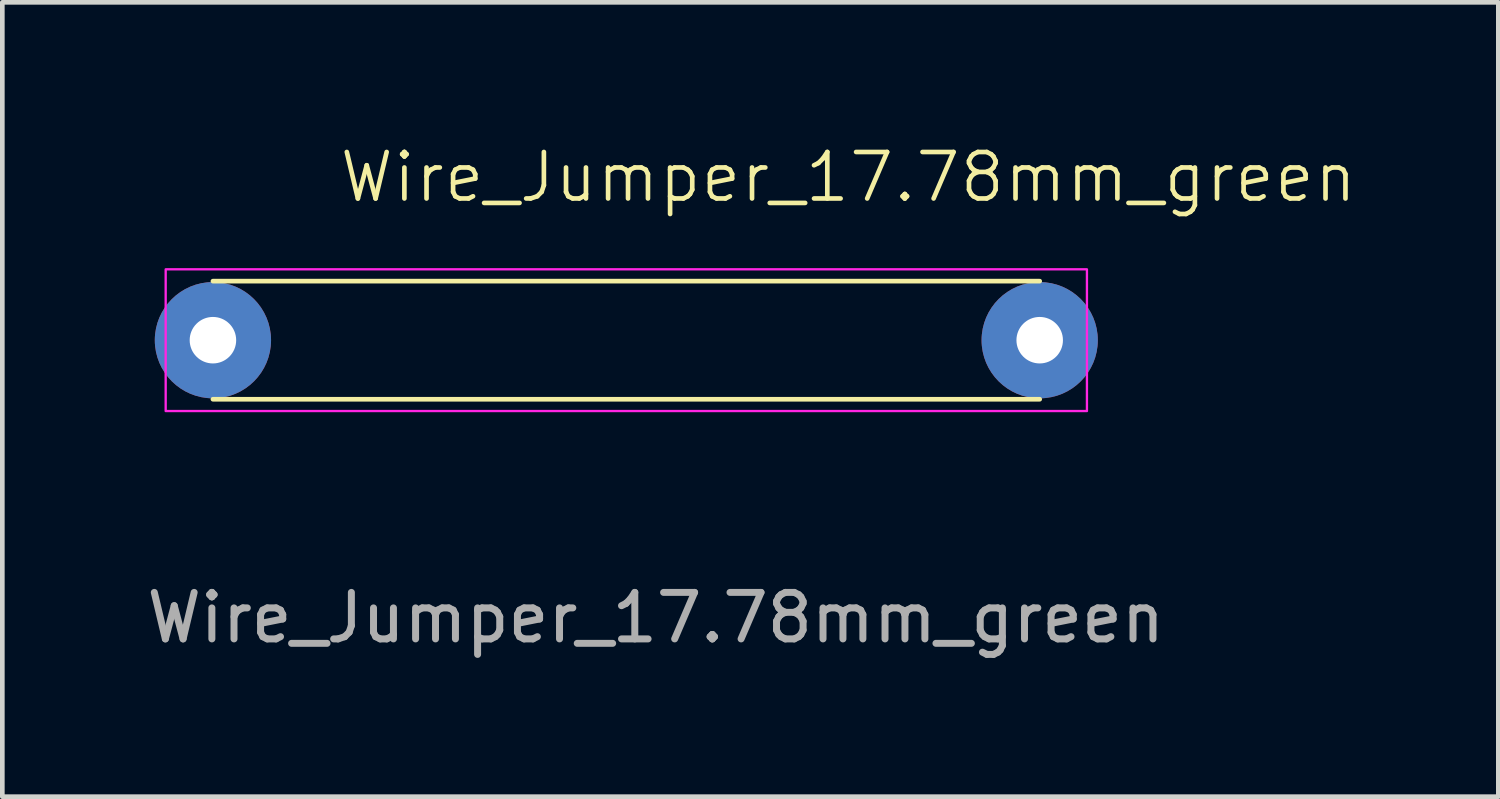
<source format=kicad_pcb>
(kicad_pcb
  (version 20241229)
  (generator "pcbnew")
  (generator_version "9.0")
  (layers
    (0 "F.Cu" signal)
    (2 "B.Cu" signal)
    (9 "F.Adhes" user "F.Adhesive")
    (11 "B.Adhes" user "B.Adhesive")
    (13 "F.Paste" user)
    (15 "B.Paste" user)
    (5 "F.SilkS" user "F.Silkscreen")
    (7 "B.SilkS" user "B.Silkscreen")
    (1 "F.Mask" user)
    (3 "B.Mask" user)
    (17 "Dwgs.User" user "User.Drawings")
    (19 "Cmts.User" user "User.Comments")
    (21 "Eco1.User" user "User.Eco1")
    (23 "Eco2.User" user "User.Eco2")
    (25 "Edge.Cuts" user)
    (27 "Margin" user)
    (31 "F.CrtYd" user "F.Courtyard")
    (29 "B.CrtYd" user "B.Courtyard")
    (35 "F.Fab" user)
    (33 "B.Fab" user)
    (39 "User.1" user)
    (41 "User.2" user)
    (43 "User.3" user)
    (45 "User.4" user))
  (footprint "Wire_Jumper_17.78mm_green"
    (layer "F.Cu")
    (at 1.529 4.266)
    (property "Reference" "Wire_Jumper_17.78mm_green" (at 13.665 -3.505 0) (unlocked yes) (layer "F.SilkS") (effects (font (size 1 1) (thickness 0.1))))
    (attr through_hole)
    (fp_line (start 0 -1.27) (end 17.78 -1.27) (stroke (width 0.1) (type default)) (layer "F.SilkS"))
    (fp_line (start 0 1.27) (end 17.78 1.27) (stroke (width 0.1) (type default)) (layer "F.SilkS"))
    (fp_rect (start -1.016 -1.524) (end 18.796 1.524) (stroke (width 0.05) (type default)) (fill no) (layer "F.CrtYd"))
    (fp_text user "${REFERENCE}" (at 9.525 5.969 0) (unlocked yes) (layer "F.Fab") (effects (font (size 1 1) (thickness 0.15))))
    (pad "1" thru_hole circle (at 0 0) (size 2.5 2.5) (drill 1) (layers "*.Cu" "*.Mask"))
    (pad "2" thru_hole circle (at 17.78 0) (size 2.5 2.5) (drill 1) (layers "*.Cu" "*.Mask")))
  (gr_rect
    (start -3 -3)
    (end 29.172 14.083)
    (stroke (width 0.1) (type default))
    (fill no)
    (layer "Edge.Cuts")))
</source>
